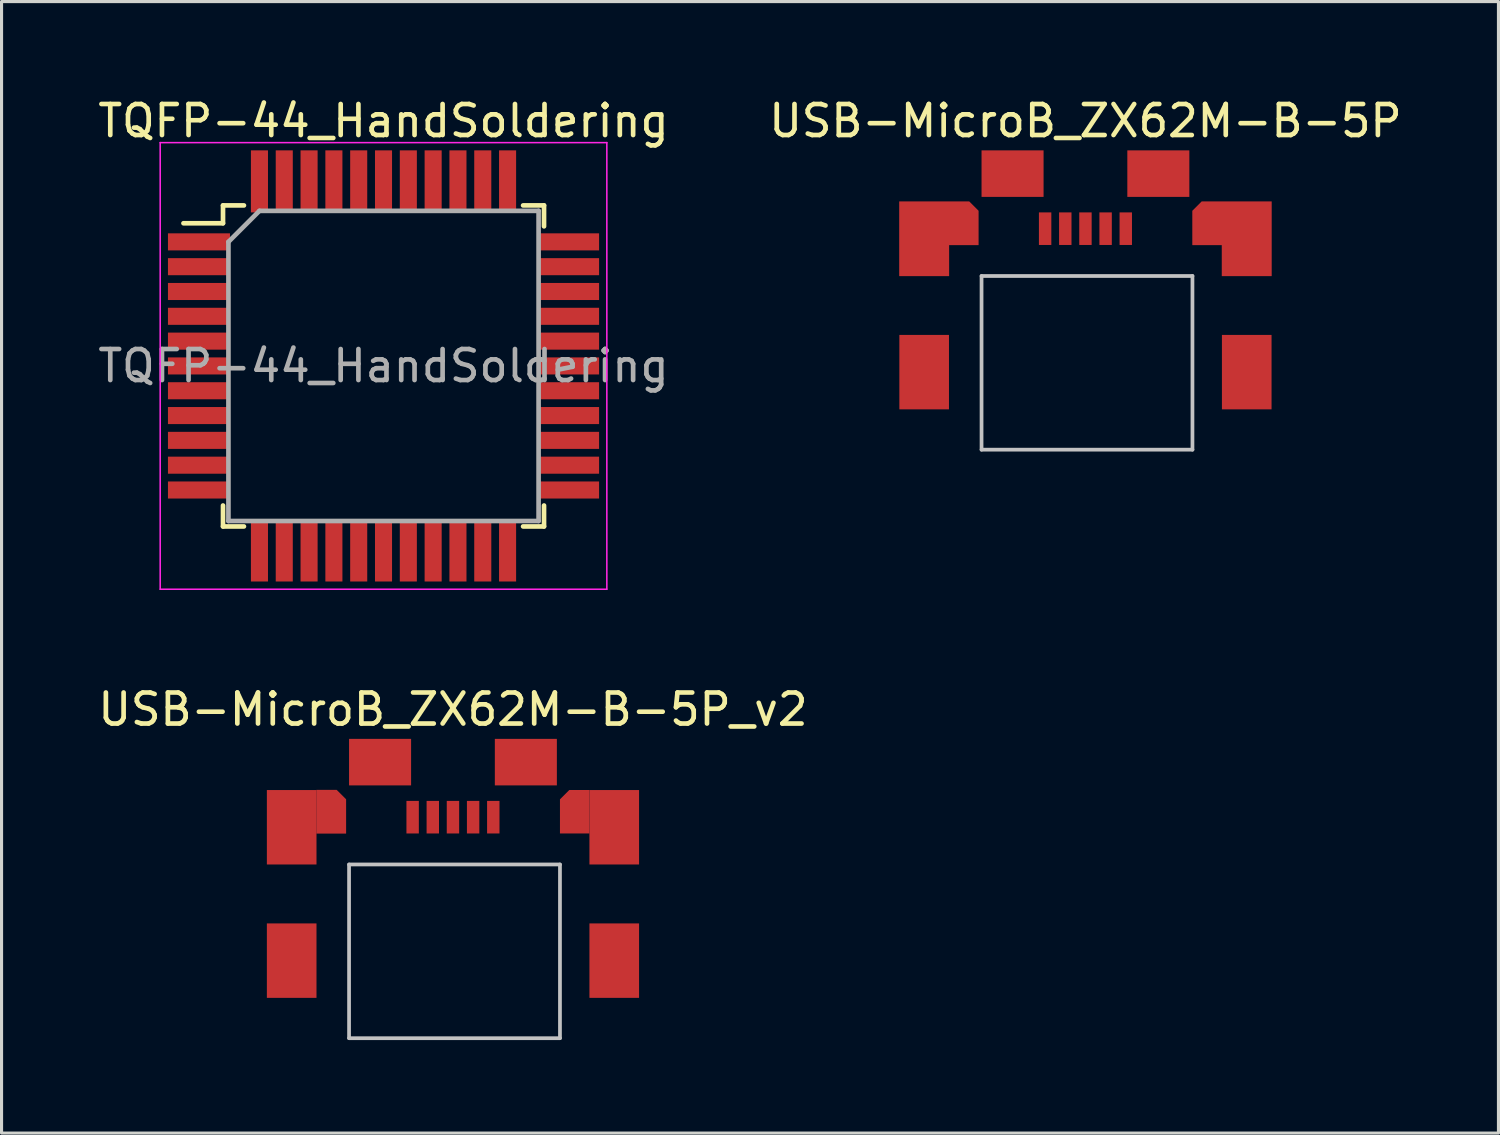
<source format=kicad_pcb>
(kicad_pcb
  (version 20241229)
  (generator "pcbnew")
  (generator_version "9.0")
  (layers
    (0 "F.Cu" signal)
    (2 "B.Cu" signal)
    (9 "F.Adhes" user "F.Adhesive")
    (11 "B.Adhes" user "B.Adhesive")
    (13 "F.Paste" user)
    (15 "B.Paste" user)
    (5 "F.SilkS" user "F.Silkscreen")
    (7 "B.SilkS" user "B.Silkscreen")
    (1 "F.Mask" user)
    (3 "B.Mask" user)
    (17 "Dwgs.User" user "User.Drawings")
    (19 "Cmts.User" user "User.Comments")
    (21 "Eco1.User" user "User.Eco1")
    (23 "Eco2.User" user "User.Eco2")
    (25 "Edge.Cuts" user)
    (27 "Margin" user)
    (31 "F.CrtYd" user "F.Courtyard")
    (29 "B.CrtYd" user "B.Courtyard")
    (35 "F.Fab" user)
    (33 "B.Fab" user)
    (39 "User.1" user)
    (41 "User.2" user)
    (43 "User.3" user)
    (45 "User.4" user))
  (footprint "USB-MicroB_ZX62M-B-5P"
    (layer "F.Cu")
    (at 31.946 8.948)
    (property "Reference" "USB-MicroB_ZX62M-B-5P" (at 0 -8.1 0) (layer "F.SilkS") (effects (font (size 1 1) (thickness 0.15))))
    (attr through_hole)
    (fp_line (start -3.35 -3.1) (end 3.45 -3.1) (stroke (width 0.12) (type solid)) (layer "Dwgs.User"))
    (fp_line (start -3.35 2.5) (end -3.35 -3.1) (stroke (width 0.12) (type solid)) (layer "Dwgs.User"))
    (fp_line (start 3.45 -3.1) (end 3.45 2.5) (stroke (width 0.12) (type solid)) (layer "Dwgs.User"))
    (fp_line (start 3.45 2.5) (end -3.35 2.5) (stroke (width 0.12) (type solid)) (layer "Dwgs.User"))
    (fp_line (start -3.9 1.9) (end -3.9 -3.1) (stroke (width 0.01) (type solid)) (layer "Eco1.User"))
    (fp_line (start -3.4 -3.6) (end 3.5 -3.6) (stroke (width 0.01) (type solid)) (layer "Eco1.User"))
    (fp_line (start 3.9 -3.2) (end 3.9 1.9) (stroke (width 0.01) (type solid)) (layer "Eco1.User"))
    (fp_line (start 3.9 1.9) (end -3.9 1.9) (stroke (width 0.01) (type solid)) (layer "Eco1.User"))
    (fp_arc (start -3.9 -3.1) (mid -3.753553 -3.453553) (end -3.4 -3.6) (stroke (width 0.01) (type solid)) (layer "Eco1.User"))
    (fp_arc (start 3.5 -3.6) (mid 3.782843 -3.482843) (end 3.9 -3.2) (stroke (width 0.01) (type solid)) (layer "Eco1.User"))
    (pad "1" smd rect (at -1.3 -4.625) (size 0.4 1.05) (layers "F.Cu" "F.Mask" "F.Paste"))
    (pad "2" smd rect (at -0.65 -4.625) (size 0.4 1.05) (layers "F.Cu" "F.Mask" "F.Paste"))
    (pad "3" smd rect (at 0 -4.625) (size 0.4 1.05) (layers "F.Cu" "F.Mask" "F.Paste"))
    (pad "4" smd rect (at 0.65 -4.625) (size 0.4 1.05) (layers "F.Cu" "F.Mask" "F.Paste"))
    (pad "5" smd rect (at 1.3 -4.625) (size 0.4 1.05) (layers "F.Cu" "F.Mask" "F.Paste"))
    (pad "6" smd custom (at -5.2 -4.3) (size 0.01 0.01) (layers "F.Cu" "F.Mask" "F.Paste") (options (anchor circle)) (primitives (gr_poly (pts (xy 1.75 -0.9) (xy 1.75 0.2) (xy 0.8 0.2) (xy 0.8 1.2) (xy -0.8 1.2) (xy -0.8 -1.2) (xy 1.45 -1.2)) (width 0.01) (fill yes))))
    (pad "6" smd rect (at -5.2 0) (size 1.6 2.4) (layers "F.Cu" "F.Mask" "F.Paste"))
    (pad "6" smd rect (at -2.35 -6.4) (size 2 1.5) (layers "F.Cu" "F.Mask" "F.Paste"))
    (pad "6" smd rect (at 2.35 -6.4) (size 2 1.5) (layers "F.Cu" "F.Mask" "F.Paste"))
    (pad "6" smd custom (at 5.2 -4.3) (size 0.01 0.01) (layers "F.Cu" "F.Mask" "F.Paste") (options (anchor circle)) (primitives (gr_poly (pts (xy -1.75 -0.9) (xy -1.75 0.2) (xy -0.8 0.2) (xy -0.8 1.2) (xy 0.8 1.2) (xy 0.8 -1.2) (xy -1.45 -1.2)) (width 0.01) (fill yes))))
    (pad "6" smd rect (at 5.2 0) (size 1.6 2.4) (layers "F.Cu" "F.Mask" "F.Paste")))
  (footprint "TQFP-44_HandSoldering"
    (layer "F.Cu")
    (at 9.315 8.748)
    (property "Reference" "TQFP-44_HandSoldering" (at 0 -7.9 0) (layer "F.SilkS") (effects (font (size 1 1) (thickness 0.15))))
    (attr smd)
    (fp_line (start -5.175 -5.175) (end -5.175 -4.6) (stroke (width 0.15) (type solid)) (layer "F.SilkS"))
    (fp_line (start -5.175 -5.175) (end -4.5 -5.175) (stroke (width 0.15) (type solid)) (layer "F.SilkS"))
    (fp_line (start -5.175 -4.6) (end -6.45 -4.6) (stroke (width 0.15) (type solid)) (layer "F.SilkS"))
    (fp_line (start -5.175 5.175) (end -5.175 4.5) (stroke (width 0.15) (type solid)) (layer "F.SilkS"))
    (fp_line (start -5.175 5.175) (end -4.5 5.175) (stroke (width 0.15) (type solid)) (layer "F.SilkS"))
    (fp_line (start 5.175 -5.175) (end 4.5 -5.175) (stroke (width 0.15) (type solid)) (layer "F.SilkS"))
    (fp_line (start 5.175 -5.175) (end 5.175 -4.5) (stroke (width 0.15) (type solid)) (layer "F.SilkS"))
    (fp_line (start 5.175 5.175) (end 4.5 5.175) (stroke (width 0.15) (type solid)) (layer "F.SilkS"))
    (fp_line (start 5.175 5.175) (end 5.175 4.5) (stroke (width 0.15) (type solid)) (layer "F.SilkS"))
    (fp_line (start -7.2 -7.2) (end -7.2 7.2) (stroke (width 0.05) (type solid)) (layer "F.CrtYd"))
    (fp_line (start -7.2 -7.2) (end 7.2 -7.2) (stroke (width 0.05) (type solid)) (layer "F.CrtYd"))
    (fp_line (start -7.2 7.2) (end 7.2 7.2) (stroke (width 0.05) (type solid)) (layer "F.CrtYd"))
    (fp_line (start 7.2 -7.2) (end 7.2 7.2) (stroke (width 0.05) (type solid)) (layer "F.CrtYd"))
    (fp_line (start -5 -4) (end -4 -5) (stroke (width 0.15) (type solid)) (layer "F.Fab"))
    (fp_line (start -5 5) (end -5 -4) (stroke (width 0.15) (type solid)) (layer "F.Fab"))
    (fp_line (start -4 -5) (end 5 -5) (stroke (width 0.15) (type solid)) (layer "F.Fab"))
    (fp_line (start 5 -5) (end 5 5) (stroke (width 0.15) (type solid)) (layer "F.Fab"))
    (fp_line (start 5 5) (end -5 5) (stroke (width 0.15) (type solid)) (layer "F.Fab"))
    (fp_text user "${REFERENCE}" (at 0 0 0) (layer "F.Fab") (effects (font (size 1 1) (thickness 0.15))))
    (pad "1" smd rect (at -5.95 -4) (size 2 0.55) (layers "F.Cu" "F.Mask" "F.Paste"))
    (pad "2" smd rect (at -5.95 -3.2) (size 2 0.55) (layers "F.Cu" "F.Mask" "F.Paste"))
    (pad "3" smd rect (at -5.95 -2.4) (size 2 0.55) (layers "F.Cu" "F.Mask" "F.Paste"))
    (pad "4" smd rect (at -5.95 -1.6) (size 2 0.55) (layers "F.Cu" "F.Mask" "F.Paste"))
    (pad "5" smd rect (at -5.95 -0.8) (size 2 0.55) (layers "F.Cu" "F.Mask" "F.Paste"))
    (pad "6" smd rect (at -5.95 0) (size 2 0.55) (layers "F.Cu" "F.Mask" "F.Paste"))
    (pad "7" smd rect (at -5.95 0.8) (size 2 0.55) (layers "F.Cu" "F.Mask" "F.Paste"))
    (pad "8" smd rect (at -5.95 1.6) (size 2 0.55) (layers "F.Cu" "F.Mask" "F.Paste"))
    (pad "9" smd rect (at -5.95 2.4) (size 2 0.55) (layers "F.Cu" "F.Mask" "F.Paste"))
    (pad "10" smd rect (at -5.95 3.2) (size 2 0.55) (layers "F.Cu" "F.Mask" "F.Paste"))
    (pad "11" smd rect (at -5.95 4) (size 2 0.55) (layers "F.Cu" "F.Mask" "F.Paste"))
    (pad "12" smd rect (at -4 5.95 90) (size 2 0.55) (layers "F.Cu" "F.Mask" "F.Paste"))
    (pad "13" smd rect (at -3.2 5.95 90) (size 2 0.55) (layers "F.Cu" "F.Mask" "F.Paste"))
    (pad "14" smd rect (at -2.4 5.95 90) (size 2 0.55) (layers "F.Cu" "F.Mask" "F.Paste"))
    (pad "15" smd rect (at -1.6 5.95 90) (size 2 0.55) (layers "F.Cu" "F.Mask" "F.Paste"))
    (pad "16" smd rect (at -0.8 5.95 90) (size 2 0.55) (layers "F.Cu" "F.Mask" "F.Paste"))
    (pad "17" smd rect (at 0 5.95 90) (size 2 0.55) (layers "F.Cu" "F.Mask" "F.Paste"))
    (pad "18" smd rect (at 0.8 5.95 90) (size 2 0.55) (layers "F.Cu" "F.Mask" "F.Paste"))
    (pad "19" smd rect (at 1.6 5.95 90) (size 2 0.55) (layers "F.Cu" "F.Mask" "F.Paste"))
    (pad "20" smd rect (at 2.4 5.95 90) (size 2 0.55) (layers "F.Cu" "F.Mask" "F.Paste"))
    (pad "21" smd rect (at 3.2 5.95 90) (size 2 0.55) (layers "F.Cu" "F.Mask" "F.Paste"))
    (pad "22" smd rect (at 4 5.95 90) (size 2 0.55) (layers "F.Cu" "F.Mask" "F.Paste"))
    (pad "23" smd rect (at 5.95 4) (size 2 0.55) (layers "F.Cu" "F.Mask" "F.Paste"))
    (pad "24" smd rect (at 5.95 3.2) (size 2 0.55) (layers "F.Cu" "F.Mask" "F.Paste"))
    (pad "25" smd rect (at 5.95 2.4) (size 2 0.55) (layers "F.Cu" "F.Mask" "F.Paste"))
    (pad "26" smd rect (at 5.95 1.6) (size 2 0.55) (layers "F.Cu" "F.Mask" "F.Paste"))
    (pad "27" smd rect (at 5.95 0.8) (size 2 0.55) (layers "F.Cu" "F.Mask" "F.Paste"))
    (pad "28" smd rect (at 5.95 0) (size 2 0.55) (layers "F.Cu" "F.Mask" "F.Paste"))
    (pad "29" smd rect (at 5.95 -0.8) (size 2 0.55) (layers "F.Cu" "F.Mask" "F.Paste"))
    (pad "30" smd rect (at 5.95 -1.6) (size 2 0.55) (layers "F.Cu" "F.Mask" "F.Paste"))
    (pad "31" smd rect (at 5.95 -2.4) (size 2 0.55) (layers "F.Cu" "F.Mask" "F.Paste"))
    (pad "32" smd rect (at 5.95 -3.2) (size 2 0.55) (layers "F.Cu" "F.Mask" "F.Paste"))
    (pad "33" smd rect (at 5.95 -4) (size 2 0.55) (layers "F.Cu" "F.Mask" "F.Paste"))
    (pad "34" smd rect (at 4 -5.95 90) (size 2 0.55) (layers "F.Cu" "F.Mask" "F.Paste"))
    (pad "35" smd rect (at 3.2 -5.95 90) (size 2 0.55) (layers "F.Cu" "F.Mask" "F.Paste"))
    (pad "36" smd rect (at 2.4 -5.95 90) (size 2 0.55) (layers "F.Cu" "F.Mask" "F.Paste"))
    (pad "37" smd rect (at 1.6 -5.95 90) (size 2 0.55) (layers "F.Cu" "F.Mask" "F.Paste"))
    (pad "38" smd rect (at 0.8 -5.95 90) (size 2 0.55) (layers "F.Cu" "F.Mask" "F.Paste"))
    (pad "39" smd rect (at 0 -5.95 90) (size 2 0.55) (layers "F.Cu" "F.Mask" "F.Paste"))
    (pad "40" smd rect (at -0.8 -5.95 90) (size 2 0.55) (layers "F.Cu" "F.Mask" "F.Paste"))
    (pad "41" smd rect (at -1.6 -5.95 90) (size 2 0.55) (layers "F.Cu" "F.Mask" "F.Paste"))
    (pad "42" smd rect (at -2.4 -5.95 90) (size 2 0.55) (layers "F.Cu" "F.Mask" "F.Paste"))
    (pad "43" smd rect (at -3.2 -5.95 90) (size 2 0.55) (layers "F.Cu" "F.Mask" "F.Paste"))
    (pad "44" smd rect (at -4 -5.95 90) (size 2 0.55) (layers "F.Cu" "F.Mask" "F.Paste")))
  (footprint "USB-MicroB_ZX62M-B-5P_v2"
    (layer "F.Cu")
    (at 11.554 27.922)
    (property "Reference" "USB-MicroB_ZX62M-B-5P_v2" (at 0 -8.1 0) (layer "F.SilkS") (effects (font (size 1 1) (thickness 0.15))))
    (attr through_hole)
    (fp_line (start -3.35 -3.1) (end 3.45 -3.1) (stroke (width 0.12) (type solid)) (layer "Dwgs.User"))
    (fp_line (start -3.35 2.5) (end -3.35 -3.1) (stroke (width 0.12) (type solid)) (layer "Dwgs.User"))
    (fp_line (start 3.45 -3.1) (end 3.45 2.5) (stroke (width 0.12) (type solid)) (layer "Dwgs.User"))
    (fp_line (start 3.45 2.5) (end -3.35 2.5) (stroke (width 0.12) (type solid)) (layer "Dwgs.User"))
    (fp_line (start -3.9 1.9) (end -3.9 -3.1) (stroke (width 0.01) (type solid)) (layer "Eco1.User"))
    (fp_line (start -3.4 -3.6) (end 3.5 -3.6) (stroke (width 0.01) (type solid)) (layer "Eco1.User"))
    (fp_line (start 3.9 -3.2) (end 3.9 1.9) (stroke (width 0.01) (type solid)) (layer "Eco1.User"))
    (fp_line (start 3.9 1.9) (end -3.9 1.9) (stroke (width 0.01) (type solid)) (layer "Eco1.User"))
    (fp_arc (start -3.9 -3.1) (mid -3.753553 -3.453553) (end -3.4 -3.6) (stroke (width 0.01) (type solid)) (layer "Eco1.User"))
    (fp_arc (start 3.5 -3.6) (mid 3.782843 -3.482843) (end 3.9 -3.2) (stroke (width 0.01) (type solid)) (layer "Eco1.User"))
    (pad "1" smd rect (at -1.3 -4.625) (size 0.4 1.05) (layers "F.Cu" "F.Mask" "F.Paste"))
    (pad "2" smd rect (at -0.65 -4.625) (size 0.4 1.05) (layers "F.Cu" "F.Mask" "F.Paste"))
    (pad "3" smd rect (at 0 -4.625) (size 0.4 1.05) (layers "F.Cu" "F.Mask" "F.Paste"))
    (pad "4" smd rect (at 0.65 -4.625) (size 0.4 1.05) (layers "F.Cu" "F.Mask" "F.Paste"))
    (pad "5" smd rect (at 1.3 -4.625) (size 0.4 1.05) (layers "F.Cu" "F.Mask" "F.Paste"))
    (pad "6" smd rect (at -5.2 -4.3) (size 1.6 2.4) (layers "F.Cu" "F.Mask" "F.Paste"))
    (pad "6" smd rect (at -5.2 0) (size 1.6 2.4) (layers "F.Cu" "F.Mask" "F.Paste"))
    (pad "6" smd custom (at -3.9 -4.75) (size 0.1 0.1) (layers "F.Cu" "F.Mask" "F.Paste") (options (anchor rect)) (primitives (gr_poly (pts (xy 0.45 -0.45) (xy 0.45 0.65) (xy -0.5 0.65) (xy -0.5 -0.75) (xy 0.15 -0.75)) (width 0.01) (fill yes))))
    (pad "6" smd rect (at -2.35 -6.4) (size 2 1.5) (layers "F.Cu" "F.Mask" "F.Paste"))
    (pad "6" smd rect (at 2.35 -6.4) (size 2 1.5) (layers "F.Cu" "F.Mask" "F.Paste"))
    (pad "6" smd custom (at 3.95 -4.75) (size 0.1 0.1) (layers "F.Cu" "F.Mask" "F.Paste") (options (anchor rect)) (primitives (gr_poly (pts (xy 0.45 0.65) (xy -0.5 0.65) (xy -0.5 -0.45) (xy -0.2 -0.75) (xy 0.45 -0.75)) (width 0.001) (fill yes))))
    (pad "6" smd rect (at 5.2 -4.3) (size 1.6 2.4) (layers "F.Cu" "F.Mask" "F.Paste"))
    (pad "6" smd rect (at 5.2 0) (size 1.6 2.4) (layers "F.Cu" "F.Mask" "F.Paste")))
  (gr_rect
    (start -3 -3)
    (end 45.262 33.481)
    (stroke (width 0.1) (type default))
    (fill no)
    (layer "Edge.Cuts")))
</source>
